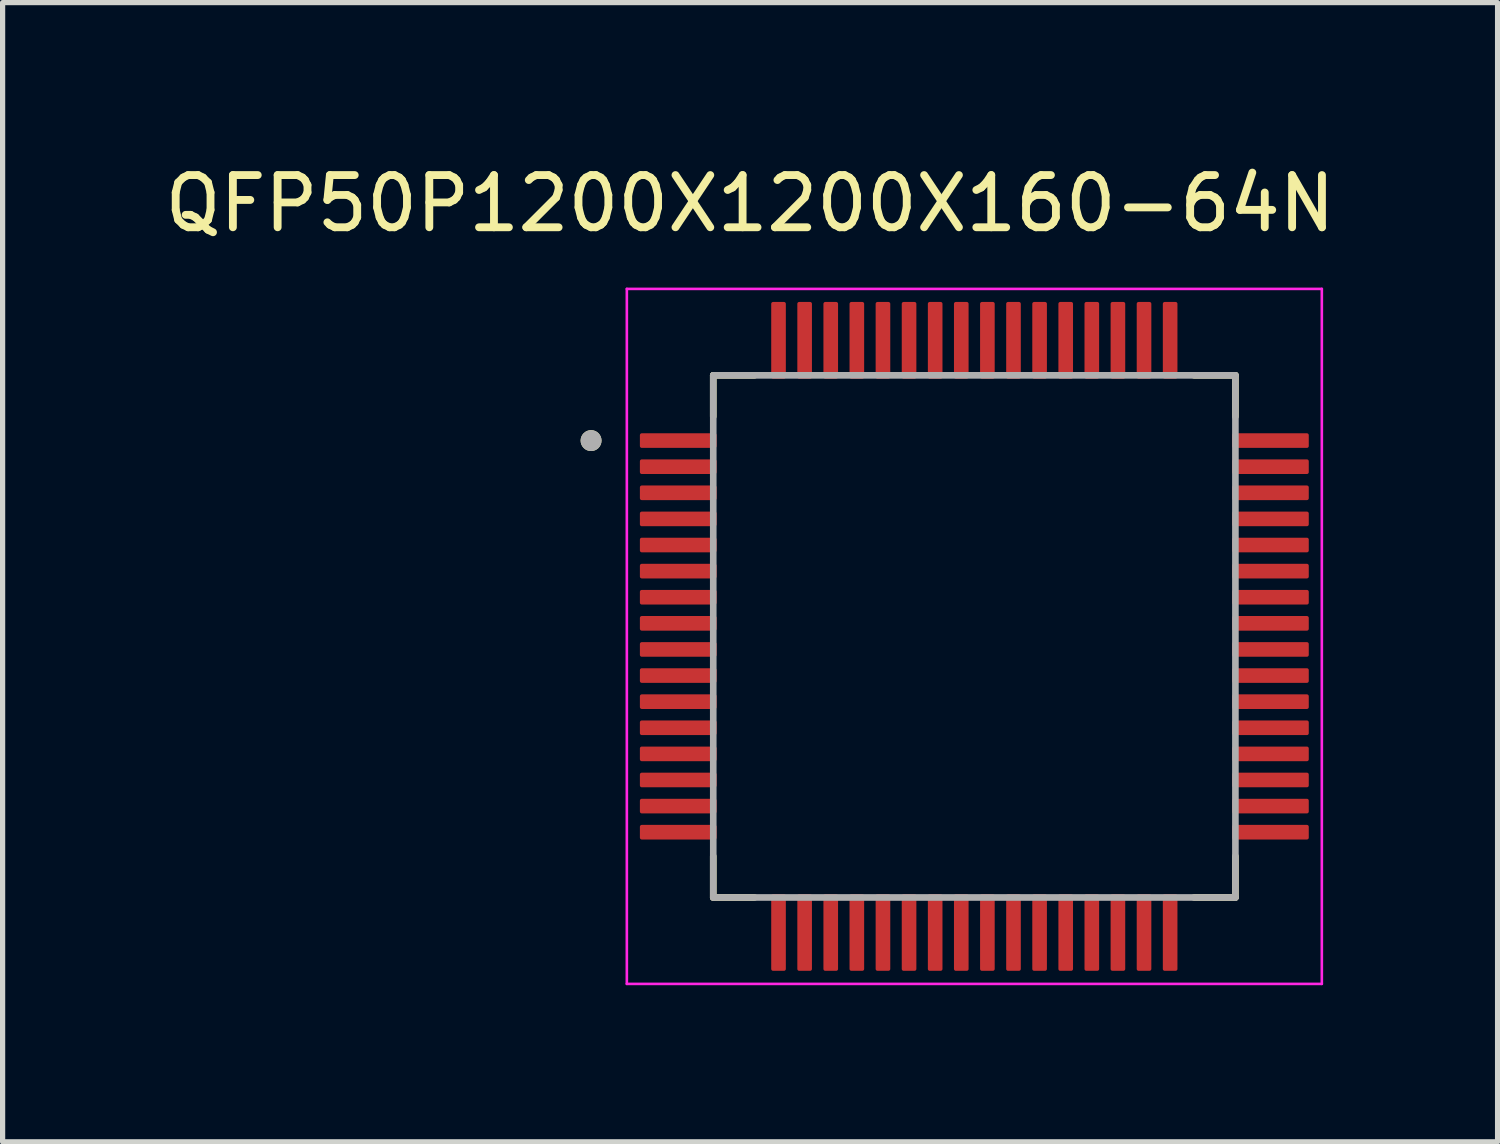
<source format=kicad_pcb>
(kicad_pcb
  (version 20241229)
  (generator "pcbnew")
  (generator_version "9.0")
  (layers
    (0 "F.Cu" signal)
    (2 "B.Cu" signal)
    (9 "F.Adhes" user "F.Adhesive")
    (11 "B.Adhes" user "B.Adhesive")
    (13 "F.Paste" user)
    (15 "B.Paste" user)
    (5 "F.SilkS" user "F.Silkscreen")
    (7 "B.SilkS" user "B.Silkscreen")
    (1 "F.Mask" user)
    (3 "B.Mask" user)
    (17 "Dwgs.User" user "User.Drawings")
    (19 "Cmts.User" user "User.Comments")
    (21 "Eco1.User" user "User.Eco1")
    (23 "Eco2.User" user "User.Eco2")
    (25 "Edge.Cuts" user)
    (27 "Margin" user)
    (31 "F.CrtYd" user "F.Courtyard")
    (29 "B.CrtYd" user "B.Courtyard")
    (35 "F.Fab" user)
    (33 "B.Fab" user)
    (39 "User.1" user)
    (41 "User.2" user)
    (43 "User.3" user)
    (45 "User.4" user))
  (footprint "QFP50P1200X1200X160-64N"
    (layer "F.Cu")
    (at 15.61 9.138)
    (property "Reference" "QFP50P1200X1200X160-64N" (at -4.295 -8.29 0) (layer "F.SilkS") (effects (font (size 1 1) (thickness 0.15))))
    (attr smd)
    (fp_line (start -5 -5) (end -5 -4.21) (stroke (width 0.127) (type solid)) (layer "F.SilkS"))
    (fp_line (start -5 -5) (end -4.21 -5) (stroke (width 0.127) (type solid)) (layer "F.SilkS"))
    (fp_line (start -5 5) (end -5 4.21) (stroke (width 0.127) (type solid)) (layer "F.SilkS"))
    (fp_line (start -5 5) (end -4.21 5) (stroke (width 0.127) (type solid)) (layer "F.SilkS"))
    (fp_line (start 5 -5) (end 4.21 -5) (stroke (width 0.127) (type solid)) (layer "F.SilkS"))
    (fp_line (start 5 -5) (end 5 -4.21) (stroke (width 0.127) (type solid)) (layer "F.SilkS"))
    (fp_line (start 5 5) (end 4.21 5) (stroke (width 0.127) (type solid)) (layer "F.SilkS"))
    (fp_line (start 5 5) (end 5 4.21) (stroke (width 0.127) (type solid)) (layer "F.SilkS"))
    (fp_circle (center -7.34 -3.75) (end -7.24 -3.75) (stroke (width 0.2) (type solid)) (fill no) (layer "F.SilkS"))
    (fp_line (start -6.655 -6.655) (end 6.655 -6.655) (stroke (width 0.05) (type solid)) (layer "F.CrtYd"))
    (fp_line (start -6.655 6.655) (end -6.655 -6.655) (stroke (width 0.05) (type solid)) (layer "F.CrtYd"))
    (fp_line (start -6.655 6.655) (end 6.655 6.655) (stroke (width 0.05) (type solid)) (layer "F.CrtYd"))
    (fp_line (start 6.655 6.655) (end 6.655 -6.655) (stroke (width 0.05) (type solid)) (layer "F.CrtYd"))
    (fp_line (start -5 5) (end -5 -5) (stroke (width 0.127) (type solid)) (layer "F.Fab"))
    (fp_line (start 5 -5) (end -5 -5) (stroke (width 0.127) (type solid)) (layer "F.Fab"))
    (fp_line (start 5 5) (end -5 5) (stroke (width 0.127) (type solid)) (layer "F.Fab"))
    (fp_line (start 5 5) (end 5 -5) (stroke (width 0.127) (type solid)) (layer "F.Fab"))
    (fp_circle (center -7.34 -3.75) (end -7.24 -3.75) (stroke (width 0.2) (type solid)) (fill no) (layer "F.Fab"))
    (pad "1" smd roundrect (at -5.67 -3.75) (size 1.47 0.28) (layers "F.Cu" "F.Mask" "F.Paste") (roundrect_rratio 0.125))
    (pad "2" smd roundrect (at -5.67 -3.25) (size 1.47 0.28) (layers "F.Cu" "F.Mask" "F.Paste") (roundrect_rratio 0.125))
    (pad "3" smd roundrect (at -5.67 -2.75) (size 1.47 0.28) (layers "F.Cu" "F.Mask" "F.Paste") (roundrect_rratio 0.125))
    (pad "4" smd roundrect (at -5.67 -2.25) (size 1.47 0.28) (layers "F.Cu" "F.Mask" "F.Paste") (roundrect_rratio 0.125))
    (pad "5" smd roundrect (at -5.67 -1.75) (size 1.47 0.28) (layers "F.Cu" "F.Mask" "F.Paste") (roundrect_rratio 0.125))
    (pad "6" smd roundrect (at -5.67 -1.25) (size 1.47 0.28) (layers "F.Cu" "F.Mask" "F.Paste") (roundrect_rratio 0.125))
    (pad "7" smd roundrect (at -5.67 -0.75) (size 1.47 0.28) (layers "F.Cu" "F.Mask" "F.Paste") (roundrect_rratio 0.125))
    (pad "8" smd roundrect (at -5.67 -0.25) (size 1.47 0.28) (layers "F.Cu" "F.Mask" "F.Paste") (roundrect_rratio 0.125))
    (pad "9" smd roundrect (at -5.67 0.25) (size 1.47 0.28) (layers "F.Cu" "F.Mask" "F.Paste") (roundrect_rratio 0.125))
    (pad "10" smd roundrect (at -5.67 0.75) (size 1.47 0.28) (layers "F.Cu" "F.Mask" "F.Paste") (roundrect_rratio 0.125))
    (pad "11" smd roundrect (at -5.67 1.25) (size 1.47 0.28) (layers "F.Cu" "F.Mask" "F.Paste") (roundrect_rratio 0.125))
    (pad "12" smd roundrect (at -5.67 1.75) (size 1.47 0.28) (layers "F.Cu" "F.Mask" "F.Paste") (roundrect_rratio 0.125))
    (pad "13" smd roundrect (at -5.67 2.25) (size 1.47 0.28) (layers "F.Cu" "F.Mask" "F.Paste") (roundrect_rratio 0.125))
    (pad "14" smd roundrect (at -5.67 2.75) (size 1.47 0.28) (layers "F.Cu" "F.Mask" "F.Paste") (roundrect_rratio 0.125))
    (pad "15" smd roundrect (at -5.67 3.25) (size 1.47 0.28) (layers "F.Cu" "F.Mask" "F.Paste") (roundrect_rratio 0.125))
    (pad "16" smd roundrect (at -5.67 3.75) (size 1.47 0.28) (layers "F.Cu" "F.Mask" "F.Paste") (roundrect_rratio 0.125))
    (pad "17" smd roundrect (at -3.75 5.67 90) (size 1.47 0.28) (layers "F.Cu" "F.Mask" "F.Paste") (roundrect_rratio 0.125))
    (pad "18" smd roundrect (at -3.25 5.67 90) (size 1.47 0.28) (layers "F.Cu" "F.Mask" "F.Paste") (roundrect_rratio 0.125))
    (pad "19" smd roundrect (at -2.75 5.67 90) (size 1.47 0.28) (layers "F.Cu" "F.Mask" "F.Paste") (roundrect_rratio 0.125))
    (pad "20" smd roundrect (at -2.25 5.67 90) (size 1.47 0.28) (layers "F.Cu" "F.Mask" "F.Paste") (roundrect_rratio 0.125))
    (pad "21" smd roundrect (at -1.75 5.67 90) (size 1.47 0.28) (layers "F.Cu" "F.Mask" "F.Paste") (roundrect_rratio 0.125))
    (pad "22" smd roundrect (at -1.25 5.67 90) (size 1.47 0.28) (layers "F.Cu" "F.Mask" "F.Paste") (roundrect_rratio 0.125))
    (pad "23" smd roundrect (at -0.75 5.67 90) (size 1.47 0.28) (layers "F.Cu" "F.Mask" "F.Paste") (roundrect_rratio 0.125))
    (pad "24" smd roundrect (at -0.25 5.67 90) (size 1.47 0.28) (layers "F.Cu" "F.Mask" "F.Paste") (roundrect_rratio 0.125))
    (pad "25" smd roundrect (at 0.25 5.67 90) (size 1.47 0.28) (layers "F.Cu" "F.Mask" "F.Paste") (roundrect_rratio 0.125))
    (pad "26" smd roundrect (at 0.75 5.67 90) (size 1.47 0.28) (layers "F.Cu" "F.Mask" "F.Paste") (roundrect_rratio 0.125))
    (pad "27" smd roundrect (at 1.25 5.67 90) (size 1.47 0.28) (layers "F.Cu" "F.Mask" "F.Paste") (roundrect_rratio 0.125))
    (pad "28" smd roundrect (at 1.75 5.67 90) (size 1.47 0.28) (layers "F.Cu" "F.Mask" "F.Paste") (roundrect_rratio 0.125))
    (pad "29" smd roundrect (at 2.25 5.67 90) (size 1.47 0.28) (layers "F.Cu" "F.Mask" "F.Paste") (roundrect_rratio 0.125))
    (pad "30" smd roundrect (at 2.75 5.67 90) (size 1.47 0.28) (layers "F.Cu" "F.Mask" "F.Paste") (roundrect_rratio 0.125))
    (pad "31" smd roundrect (at 3.25 5.67 90) (size 1.47 0.28) (layers "F.Cu" "F.Mask" "F.Paste") (roundrect_rratio 0.125))
    (pad "32" smd roundrect (at 3.75 5.67 90) (size 1.47 0.28) (layers "F.Cu" "F.Mask" "F.Paste") (roundrect_rratio 0.125))
    (pad "33" smd roundrect (at 5.67 3.75) (size 1.47 0.28) (layers "F.Cu" "F.Mask" "F.Paste") (roundrect_rratio 0.125))
    (pad "34" smd roundrect (at 5.67 3.25) (size 1.47 0.28) (layers "F.Cu" "F.Mask" "F.Paste") (roundrect_rratio 0.125))
    (pad "35" smd roundrect (at 5.67 2.75) (size 1.47 0.28) (layers "F.Cu" "F.Mask" "F.Paste") (roundrect_rratio 0.125))
    (pad "36" smd roundrect (at 5.67 2.25) (size 1.47 0.28) (layers "F.Cu" "F.Mask" "F.Paste") (roundrect_rratio 0.125))
    (pad "37" smd roundrect (at 5.67 1.75) (size 1.47 0.28) (layers "F.Cu" "F.Mask" "F.Paste") (roundrect_rratio 0.125))
    (pad "38" smd roundrect (at 5.67 1.25) (size 1.47 0.28) (layers "F.Cu" "F.Mask" "F.Paste") (roundrect_rratio 0.125))
    (pad "39" smd roundrect (at 5.67 0.75) (size 1.47 0.28) (layers "F.Cu" "F.Mask" "F.Paste") (roundrect_rratio 0.125))
    (pad "40" smd roundrect (at 5.67 0.25) (size 1.47 0.28) (layers "F.Cu" "F.Mask" "F.Paste") (roundrect_rratio 0.125))
    (pad "41" smd roundrect (at 5.67 -0.25) (size 1.47 0.28) (layers "F.Cu" "F.Mask" "F.Paste") (roundrect_rratio 0.125))
    (pad "42" smd roundrect (at 5.67 -0.75) (size 1.47 0.28) (layers "F.Cu" "F.Mask" "F.Paste") (roundrect_rratio 0.125))
    (pad "43" smd roundrect (at 5.67 -1.25) (size 1.47 0.28) (layers "F.Cu" "F.Mask" "F.Paste") (roundrect_rratio 0.125))
    (pad "44" smd roundrect (at 5.67 -1.75) (size 1.47 0.28) (layers "F.Cu" "F.Mask" "F.Paste") (roundrect_rratio 0.125))
    (pad "45" smd roundrect (at 5.67 -2.25) (size 1.47 0.28) (layers "F.Cu" "F.Mask" "F.Paste") (roundrect_rratio 0.125))
    (pad "46" smd roundrect (at 5.67 -2.75) (size 1.47 0.28) (layers "F.Cu" "F.Mask" "F.Paste") (roundrect_rratio 0.125))
    (pad "47" smd roundrect (at 5.67 -3.25) (size 1.47 0.28) (layers "F.Cu" "F.Mask" "F.Paste") (roundrect_rratio 0.125))
    (pad "48" smd roundrect (at 5.67 -3.75) (size 1.47 0.28) (layers "F.Cu" "F.Mask" "F.Paste") (roundrect_rratio 0.125))
    (pad "49" smd roundrect (at 3.75 -5.67 90) (size 1.47 0.28) (layers "F.Cu" "F.Mask" "F.Paste") (roundrect_rratio 0.125))
    (pad "50" smd roundrect (at 3.25 -5.67 90) (size 1.47 0.28) (layers "F.Cu" "F.Mask" "F.Paste") (roundrect_rratio 0.125))
    (pad "51" smd roundrect (at 2.75 -5.67 90) (size 1.47 0.28) (layers "F.Cu" "F.Mask" "F.Paste") (roundrect_rratio 0.125))
    (pad "52" smd roundrect (at 2.25 -5.67 90) (size 1.47 0.28) (layers "F.Cu" "F.Mask" "F.Paste") (roundrect_rratio 0.125))
    (pad "53" smd roundrect (at 1.75 -5.67 90) (size 1.47 0.28) (layers "F.Cu" "F.Mask" "F.Paste") (roundrect_rratio 0.125))
    (pad "54" smd roundrect (at 1.25 -5.67 90) (size 1.47 0.28) (layers "F.Cu" "F.Mask" "F.Paste") (roundrect_rratio 0.125))
    (pad "55" smd roundrect (at 0.75 -5.67 90) (size 1.47 0.28) (layers "F.Cu" "F.Mask" "F.Paste") (roundrect_rratio 0.125))
    (pad "56" smd roundrect (at 0.25 -5.67 90) (size 1.47 0.28) (layers "F.Cu" "F.Mask" "F.Paste") (roundrect_rratio 0.125))
    (pad "57" smd roundrect (at -0.25 -5.67 90) (size 1.47 0.28) (layers "F.Cu" "F.Mask" "F.Paste") (roundrect_rratio 0.125))
    (pad "58" smd roundrect (at -0.75 -5.67 90) (size 1.47 0.28) (layers "F.Cu" "F.Mask" "F.Paste") (roundrect_rratio 0.125))
    (pad "59" smd roundrect (at -1.25 -5.67 90) (size 1.47 0.28) (layers "F.Cu" "F.Mask" "F.Paste") (roundrect_rratio 0.125))
    (pad "60" smd roundrect (at -1.75 -5.67 90) (size 1.47 0.28) (layers "F.Cu" "F.Mask" "F.Paste") (roundrect_rratio 0.125))
    (pad "61" smd roundrect (at -2.25 -5.67 90) (size 1.47 0.28) (layers "F.Cu" "F.Mask" "F.Paste") (roundrect_rratio 0.125))
    (pad "62" smd roundrect (at -2.75 -5.67 90) (size 1.47 0.28) (layers "F.Cu" "F.Mask" "F.Paste") (roundrect_rratio 0.125))
    (pad "63" smd roundrect (at -3.25 -5.67 90) (size 1.47 0.28) (layers "F.Cu" "F.Mask" "F.Paste") (roundrect_rratio 0.125))
    (pad "64" smd roundrect (at -3.75 -5.67 90) (size 1.47 0.28) (layers "F.Cu" "F.Mask" "F.Paste") (roundrect_rratio 0.125)))
  (gr_rect
    (start -3 -3)
    (end 25.631 18.818)
    (stroke (width 0.1) (type default))
    (fill no)
    (layer "Edge.Cuts")))
</source>
